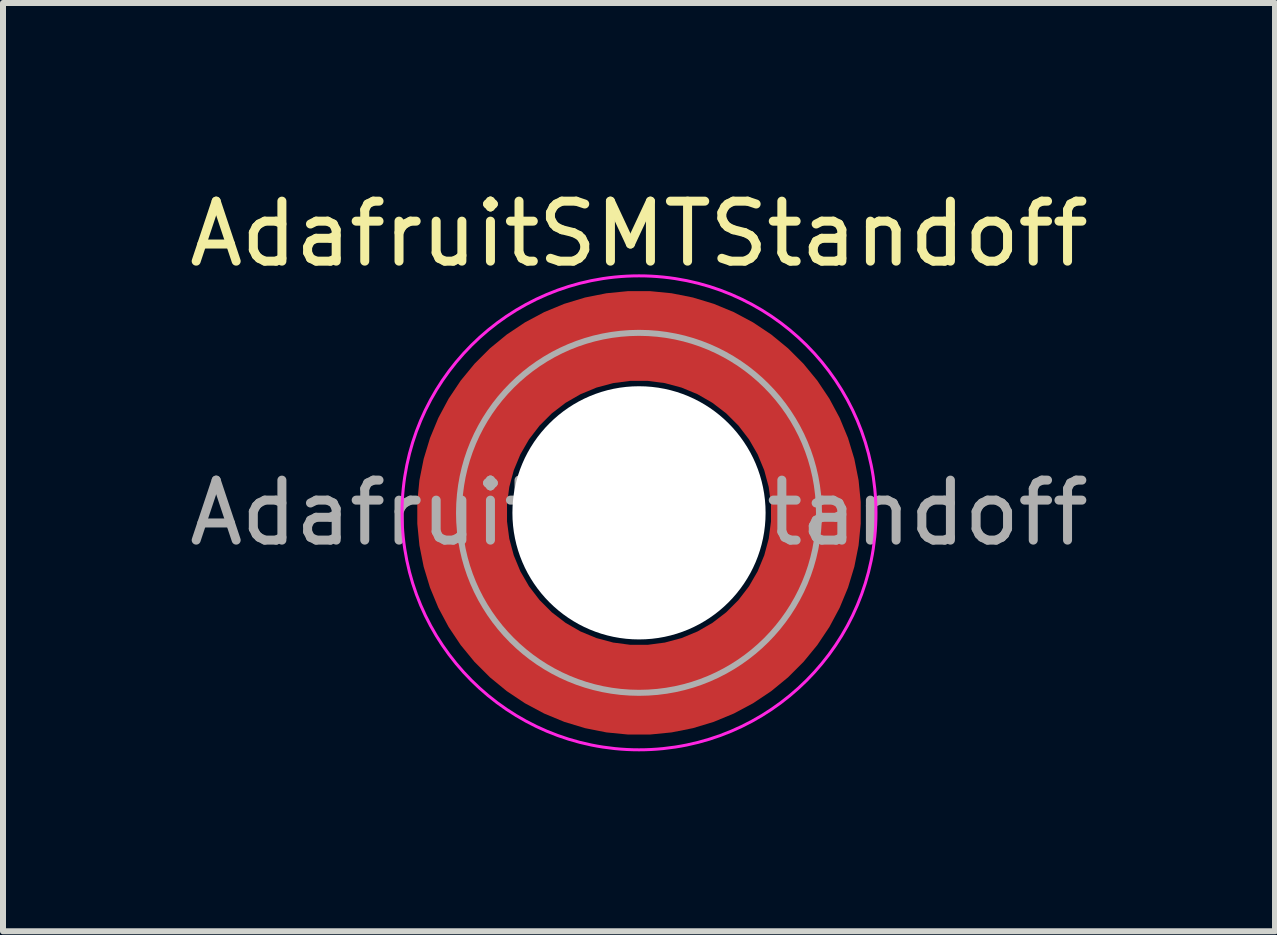
<source format=kicad_pcb>
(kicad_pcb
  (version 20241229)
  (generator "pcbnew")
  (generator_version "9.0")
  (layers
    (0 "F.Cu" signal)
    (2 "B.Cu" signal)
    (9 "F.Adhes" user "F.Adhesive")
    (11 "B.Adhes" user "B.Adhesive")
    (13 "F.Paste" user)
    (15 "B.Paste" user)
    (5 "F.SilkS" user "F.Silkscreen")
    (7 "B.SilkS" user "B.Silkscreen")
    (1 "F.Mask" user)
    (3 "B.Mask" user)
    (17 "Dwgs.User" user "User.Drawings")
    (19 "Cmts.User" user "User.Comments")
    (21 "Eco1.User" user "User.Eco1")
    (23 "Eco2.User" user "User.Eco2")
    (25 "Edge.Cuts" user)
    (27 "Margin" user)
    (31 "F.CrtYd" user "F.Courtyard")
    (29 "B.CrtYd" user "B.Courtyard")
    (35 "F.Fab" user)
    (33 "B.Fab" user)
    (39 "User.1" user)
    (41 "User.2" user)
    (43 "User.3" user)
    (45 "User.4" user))
  (footprint "AdafruitSMTStandoff"
    (layer "F.Cu")
    (at 7.601 5.498)
    (property "Reference" "AdafruitSMTStandoff" (at 0 -4.65 0) (layer "F.SilkS") (effects (font (size 1 1) (thickness 0.15))))
    (attr smd)
    (fp_circle (center 0 0) (end 3.95 0) (stroke (width 0.05) (type solid)) (fill no) (layer "F.CrtYd"))
    (fp_circle (center 0 0) (end 3 0) (stroke (width 0.1) (type solid)) (fill no) (layer "F.Fab"))
    (fp_text user "${REFERENCE}" (at 0 0 0) (layer "F.Fab") (effects (font (size 1 1) (thickness 0.15))))
    (pad "" smd custom (at -2.058 -2.058) (size 0.7 0.7) (layers "F.Paste") (options (anchor circle)) (primitives (gr_arc (start -0.377294 1.707681) (mid 0.317579 0.318817) (end 1.705947 -0.377044) (width 0.2)) (gr_arc (start -0.478281 1.707681) (mid 0.246161 0.248814) (end 1.703965 -0.477765) (width 0.2)) (gr_arc (start -0.579192 1.707681) (mid 0.175492 0.178063) (end 1.704077 -0.578711) (width 0.2)) (gr_arc (start -0.680037 1.707681) (mid 0.105568 0.106564) (end 1.706284 -0.679858) (width 0.2)) (gr_arc (start -0.780822 1.707681) (mid 0.034627 0.036085) (end 1.705634 -0.780569) (width 0.2)) (gr_arc (start -0.881554 1.707681) (mid -0.035694 -0.035016) (end 1.706729 -0.881441) (width 0.2)) (gr_arc (start -0.982237 1.707681) (mid -0.107281 -0.10485) (end 1.704266 -0.981842) (width 0.2)) (gr_arc (start -1.082877 1.707681) (mid -0.178372 -0.175181) (end 1.703197 -1.082374) (width 0.2)) (gr_arc (start -1.183476 1.707681) (mid -0.248964 -0.246008) (end 1.703525 -1.183025) (width 0.2)) (gr_arc (start -1.28404 1.707681) (mid -0.319062 -0.317333) (end 1.70525 -1.283784) (width 0.2)) (gr_line (start 1.708 -0.377) (end 1.708 -1.284) (width 0.2)) (gr_line (start -0.377 1.708) (end -1.284 1.708) (width 0.2))))
    (pad "" smd custom (at -2.058 2.058) (size 0.7 0.7) (layers "F.Paste") (options (anchor circle)) (primitives (gr_arc (start 1.707681 0.377294) (mid 0.318817 -0.317579) (end -0.377044 -1.705947) (width 0.2)) (gr_arc (start 1.707681 0.478281) (mid 0.248814 -0.246161) (end -0.477765 -1.703965) (width 0.2)) (gr_arc (start 1.707681 0.579192) (mid 0.178063 -0.175492) (end -0.578711 -1.704077) (width 0.2)) (gr_arc (start 1.707681 0.680037) (mid 0.106564 -0.105568) (end -0.679858 -1.706284) (width 0.2)) (gr_arc (start 1.707681 0.780822) (mid 0.036085 -0.034627) (end -0.780569 -1.705634) (width 0.2)) (gr_arc (start 1.707681 0.881554) (mid -0.035016 0.035694) (end -0.881441 -1.706729) (width 0.2)) (gr_arc (start 1.707681 0.982237) (mid -0.10485 0.107281) (end -0.981842 -1.704266) (width 0.2)) (gr_arc (start 1.707681 1.082877) (mid -0.175181 0.178372) (end -1.082374 -1.703197) (width 0.2)) (gr_arc (start 1.707681 1.183476) (mid -0.246008 0.248964) (end -1.183025 -1.703525) (width 0.2)) (gr_arc (start 1.707681 1.28404) (mid -0.317333 0.319062) (end -1.283784 -1.70525) (width 0.2)) (gr_line (start -0.377 -1.708) (end -1.284 -1.708) (width 0.2)) (gr_line (start 1.708 0.377) (end 1.708 1.284) (width 0.2))))
    (pad "" np_thru_hole circle (at 0 0) (size 4.22 4.22) (drill 4.4) (layers "*.Cu" "*.Mask"))
    (pad "" smd custom (at 2.058 -2.058) (size 0.7 0.7) (layers "F.Paste") (options (anchor circle)) (primitives (gr_arc (start -1.707681 -0.377294) (mid -0.318817 0.317579) (end 0.377044 1.705947) (width 0.2)) (gr_arc (start -1.707681 -0.478281) (mid -0.248814 0.246161) (end 0.477765 1.703965) (width 0.2)) (gr_arc (start -1.707681 -0.579192) (mid -0.178063 0.175492) (end 0.578711 1.704077) (width 0.2)) (gr_arc (start -1.707681 -0.680037) (mid -0.106564 0.105568) (end 0.679858 1.706284) (width 0.2)) (gr_arc (start -1.707681 -0.780822) (mid -0.036085 0.034627) (end 0.780569 1.705634) (width 0.2)) (gr_arc (start -1.707681 -0.881554) (mid 0.035016 -0.035694) (end 0.881441 1.706729) (width 0.2)) (gr_arc (start -1.707681 -0.982237) (mid 0.10485 -0.107281) (end 0.981842 1.704266) (width 0.2)) (gr_arc (start -1.707681 -1.082877) (mid 0.175181 -0.178372) (end 1.082374 1.703197) (width 0.2)) (gr_arc (start -1.707681 -1.183476) (mid 0.246008 -0.248964) (end 1.183025 1.703525) (width 0.2)) (gr_arc (start -1.707681 -1.28404) (mid 0.317333 -0.319062) (end 1.283784 1.70525) (width 0.2)) (gr_line (start 0.377 1.708) (end 1.284 1.708) (width 0.2)) (gr_line (start -1.708 -0.377) (end -1.708 -1.284) (width 0.2))))
    (pad "" smd custom (at 2.058 2.058) (size 0.7 0.7) (layers "F.Paste") (options (anchor circle)) (primitives (gr_arc (start 0.377294 -1.707681) (mid -0.317579 -0.318817) (end -1.705947 0.377044) (width 0.2)) (gr_arc (start 0.478281 -1.707681) (mid -0.246161 -0.248814) (end -1.703965 0.477765) (width 0.2)) (gr_arc (start 0.579192 -1.707681) (mid -0.175492 -0.178063) (end -1.704077 0.578711) (width 0.2)) (gr_arc (start 0.680037 -1.707681) (mid -0.105568 -0.106564) (end -1.706284 0.679858) (width 0.2)) (gr_arc (start 0.780822 -1.707681) (mid -0.034627 -0.036085) (end -1.705634 0.780569) (width 0.2)) (gr_arc (start 0.881554 -1.707681) (mid 0.035694 0.035016) (end -1.706729 0.881441) (width 0.2)) (gr_arc (start 0.982237 -1.707681) (mid 0.107281 0.10485) (end -1.704266 0.981842) (width 0.2)) (gr_arc (start 1.082877 -1.707681) (mid 0.178372 0.175181) (end -1.703197 1.082374) (width 0.2)) (gr_arc (start 1.183476 -1.707681) (mid 0.248964 0.246008) (end -1.703525 1.183025) (width 0.2)) (gr_arc (start 1.28404 -1.707681) (mid 0.319062 0.317333) (end -1.70525 1.283784) (width 0.2)) (gr_line (start -1.708 0.377) (end -1.708 1.284) (width 0.2)) (gr_line (start 0.377 -1.708) (end 1.284 -1.708) (width 0.2))))
    (pad "1" smd circle (at -2.95 0) (size 1.1 1.1) (layers "F.Cu"))
    (pad "1" smd circle (at 0 -2.95) (size 1.1 1.1) (layers "F.Cu"))
    (pad "1" smd circle (at 0 2.95) (size 1.1 1.1) (layers "F.Cu"))
    (pad "1" smd custom (at 2.95 0) (size 1.1 1.1) (layers "F.Cu" "F.Mask") (options (anchor circle)) (primitives (gr_circle (center -2.95 0) (end 0 0) (width 1.5) (fill no)))))
  (gr_rect
    (start -3 -3)
    (end 18.202 12.473)
    (stroke (width 0.1) (type default))
    (fill no)
    (layer "Edge.Cuts")))
</source>
